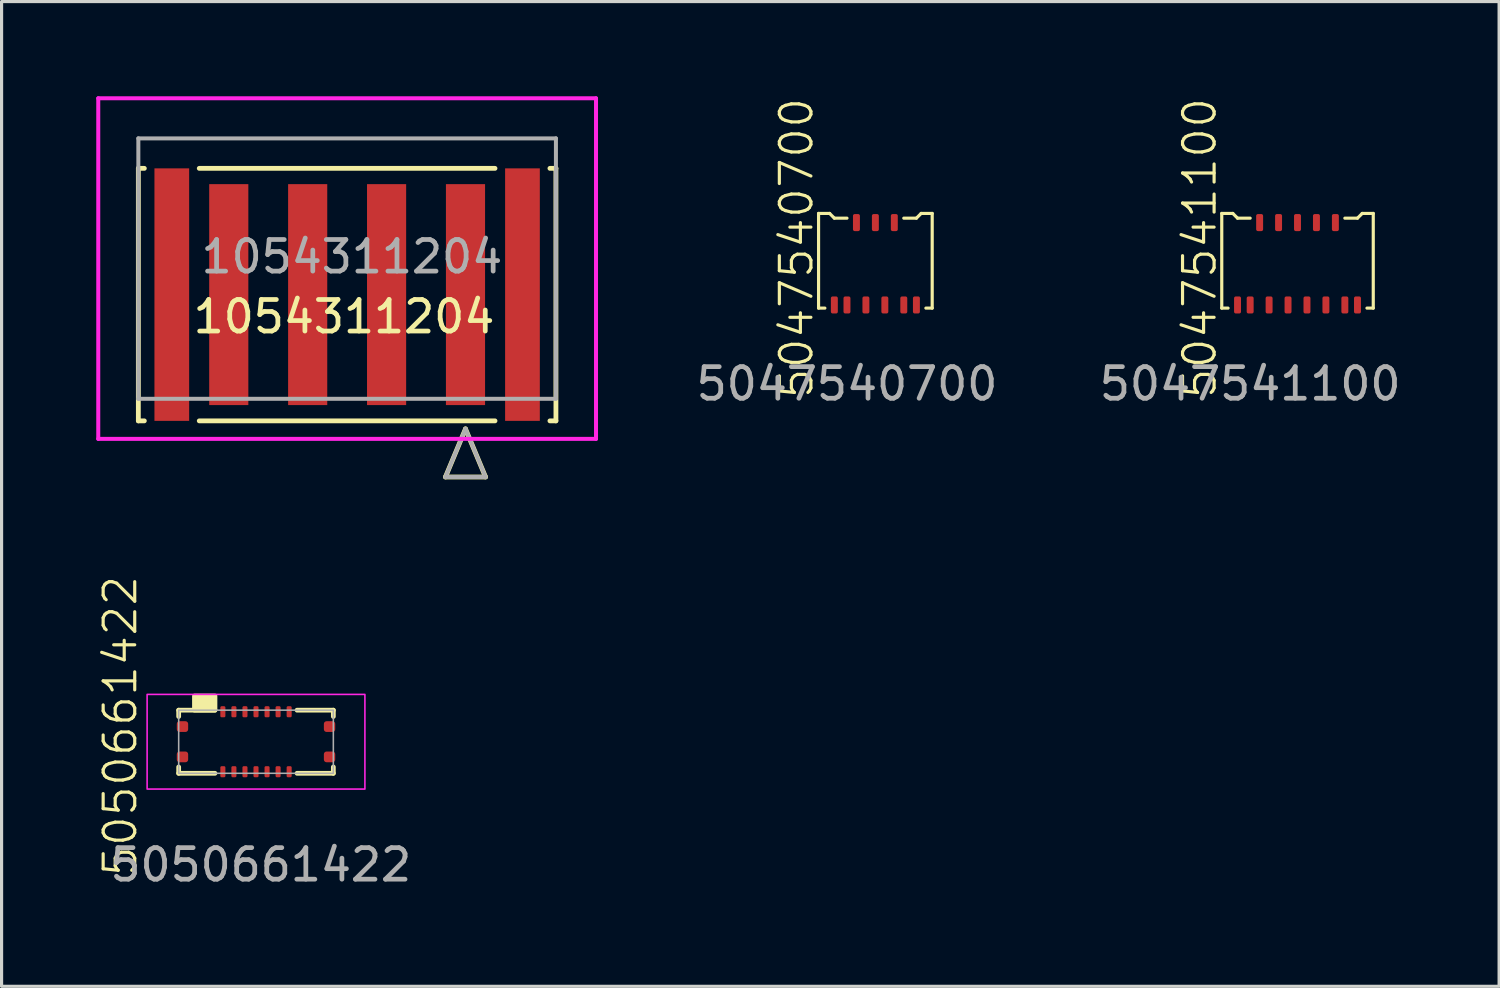
<source format=kicad_pcb>
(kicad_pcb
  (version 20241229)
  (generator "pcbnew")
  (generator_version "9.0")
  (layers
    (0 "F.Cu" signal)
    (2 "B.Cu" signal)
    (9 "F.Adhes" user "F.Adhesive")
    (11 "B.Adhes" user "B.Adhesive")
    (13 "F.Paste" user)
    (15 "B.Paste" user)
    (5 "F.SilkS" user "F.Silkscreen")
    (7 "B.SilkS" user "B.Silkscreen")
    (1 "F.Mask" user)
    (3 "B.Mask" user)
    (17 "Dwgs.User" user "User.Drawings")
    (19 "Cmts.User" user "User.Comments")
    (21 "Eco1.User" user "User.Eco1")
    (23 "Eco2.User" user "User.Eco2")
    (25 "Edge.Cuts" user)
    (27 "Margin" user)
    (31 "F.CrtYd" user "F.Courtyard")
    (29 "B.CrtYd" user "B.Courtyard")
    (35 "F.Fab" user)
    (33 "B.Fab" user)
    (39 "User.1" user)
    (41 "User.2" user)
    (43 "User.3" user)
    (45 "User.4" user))
  (footprint "5047540700"
    (layer "F.Cu")
    (at 23.784 6.612)
    (property "Reference" "5047540700" (at -1.6 -1.8 90) (unlocked yes) (layer "F.SilkS") (effects (font (size 1 1) (thickness 0.1))))
    (attr smd)
    (fp_line (start -0.9 -2.9) (end -0.55 -2.9) (stroke (width 0.1) (type default)) (layer "F.SilkS"))
    (fp_line (start -0.9 0.1) (end -0.9 -2.9) (stroke (width 0.1) (type default)) (layer "F.SilkS"))
    (fp_line (start -0.9 0.1) (end -0.7 0.1) (stroke (width 0.1) (type default)) (layer "F.SilkS"))
    (fp_line (start -0.55 -2.9) (end -0.4 -2.75) (stroke (width 0.1) (type default)) (layer "F.SilkS"))
    (fp_line (start -0.4 -2.75) (end 0 -2.75) (stroke (width 0.1) (type default)) (layer "F.SilkS"))
    (fp_line (start 2.2 -2.75) (end 1.8 -2.75) (stroke (width 0.1) (type default)) (layer "F.SilkS"))
    (fp_line (start 2.35 -2.9) (end 2.2 -2.75) (stroke (width 0.1) (type default)) (layer "F.SilkS"))
    (fp_line (start 2.7 -2.9) (end 2.35 -2.9) (stroke (width 0.1) (type default)) (layer "F.SilkS"))
    (fp_line (start 2.7 0.1) (end 2.5 0.1) (stroke (width 0.1) (type default)) (layer "F.SilkS"))
    (fp_line (start 2.7 0.1) (end 2.7 -2.9) (stroke (width 0.1) (type default)) (layer "F.SilkS"))
    (fp_text user "${REFERENCE}" (at 0 2.5 0) (unlocked yes) (layer "F.Fab") (effects (font (size 1 1) (thickness 0.15))))
    (pad "1" smd roundrect (at 0 0) (size 0.22 0.54) (layers "F.Cu" "F.Mask" "F.Paste") (roundrect_rratio 0.25))
    (pad "2" smd roundrect (at 0.3 -2.61) (size 0.22 0.54) (layers "F.Cu" "F.Mask" "F.Paste") (roundrect_rratio 0.25))
    (pad "3" smd roundrect (at 0.6 0) (size 0.22 0.54) (layers "F.Cu" "F.Mask" "F.Paste") (roundrect_rratio 0.25))
    (pad "4" smd roundrect (at 0.9 -2.61) (size 0.22 0.54) (layers "F.Cu" "F.Mask" "F.Paste") (roundrect_rratio 0.25))
    (pad "5" smd roundrect (at 1.2 0) (size 0.22 0.54) (layers "F.Cu" "F.Mask" "F.Paste") (roundrect_rratio 0.25))
    (pad "6" smd roundrect (at 1.5 -2.61) (size 0.22 0.54) (layers "F.Cu" "F.Mask" "F.Paste") (roundrect_rratio 0.25))
    (pad "7" smd roundrect (at 1.8 0) (size 0.22 0.54) (layers "F.Cu" "F.Mask" "F.Paste") (roundrect_rratio 0.25))
    (pad "M1" smd roundrect (at -0.4 0) (size 0.22 0.54) (layers "F.Cu" "F.Mask" "F.Paste") (roundrect_rratio 0.25))
    (pad "M2" smd roundrect (at 2.2 0) (size 0.22 0.54) (layers "F.Cu" "F.Mask" "F.Paste") (roundrect_rratio 0.25)))
  (footprint "1054311204"
    (layer "F.Cu")
    (at 11.698 6.284)
    (property "Reference" "1054311204" (at -3.85 0.7 0) (unlocked yes) (layer "F.SilkS") (effects (font (size 1 1) (thickness 0.15))))
    (attr smd)
    (fp_line (start -10.365 -4) (end -10.365 4) (stroke (width 0.152) (type solid)) (layer "F.SilkS"))
    (fp_line (start -10.365 4) (end -10.175 4) (stroke (width 0.152) (type solid)) (layer "F.SilkS"))
    (fp_line (start -10.175 -4) (end -10.365 -4) (stroke (width 0.152) (type solid)) (layer "F.SilkS"))
    (fp_line (start -8.435 4) (end 0.935 4) (stroke (width 0.152) (type solid)) (layer "F.SilkS"))
    (fp_line (start -0.635 5.778) (end 0 4.254) (stroke (width 0.152) (type solid)) (layer "F.SilkS"))
    (fp_line (start 0 4.254) (end 0.635 5.778) (stroke (width 0.152) (type solid)) (layer "F.SilkS"))
    (fp_line (start 0.635 5.778) (end -0.635 5.778) (stroke (width 0.152) (type solid)) (layer "F.SilkS"))
    (fp_line (start 0.935 -4) (end -8.435 -4) (stroke (width 0.152) (type solid)) (layer "F.SilkS"))
    (fp_line (start 2.675 4) (end 2.865 4) (stroke (width 0.152) (type solid)) (layer "F.SilkS"))
    (fp_line (start 2.865 -4) (end 2.675 -4) (stroke (width 0.152) (type solid)) (layer "F.SilkS"))
    (fp_line (start 2.865 4) (end 2.865 -4) (stroke (width 0.152) (type solid)) (layer "F.SilkS"))
    (fp_line (start -11.635 -6.22) (end -11.635 4.57) (stroke (width 0.127) (type solid)) (layer "F.CrtYd"))
    (fp_line (start -11.635 4.57) (end 4.135 4.57) (stroke (width 0.127) (type solid)) (layer "F.CrtYd"))
    (fp_line (start 4.135 -6.22) (end -11.635 -6.22) (stroke (width 0.127) (type solid)) (layer "F.CrtYd"))
    (fp_line (start 4.135 4.57) (end 4.135 -6.22) (stroke (width 0.127) (type solid)) (layer "F.CrtYd"))
    (fp_line (start -10.365 -4.95) (end -10.365 3.3) (stroke (width 0.127) (type solid)) (layer "F.Fab"))
    (fp_line (start -10.365 3.3) (end 2.865 3.3) (stroke (width 0.127) (type solid)) (layer "F.Fab"))
    (fp_line (start -0.635 5.778) (end 0 4.254) (stroke (width 0.127) (type solid)) (layer "F.Fab"))
    (fp_line (start 0 4.254) (end 0.635 5.778) (stroke (width 0.127) (type solid)) (layer "F.Fab"))
    (fp_line (start 0.635 5.778) (end -0.635 5.778) (stroke (width 0.127) (type solid)) (layer "F.Fab"))
    (fp_line (start 2.865 -4.95) (end -10.365 -4.95) (stroke (width 0.127) (type solid)) (layer "F.Fab"))
    (fp_line (start 2.865 3.3) (end 2.865 -4.95) (stroke (width 0.127) (type solid)) (layer "F.Fab"))
    (fp_text user "${REFERENCE}" (at -3.6 -1.2 0) (unlocked yes) (layer "F.Fab") (effects (font (size 1 1) (thickness 0.15))))
    (pad "1" smd rect (at 0 0) (size 1.24 7) (layers "F.Cu" "F.Mask" "F.Paste"))
    (pad "2" smd rect (at -2.5 0) (size 1.24 7) (layers "F.Cu" "F.Mask" "F.Paste"))
    (pad "3" smd rect (at -5 0) (size 1.24 7) (layers "F.Cu" "F.Mask" "F.Paste"))
    (pad "4" smd rect (at -7.5 0) (size 1.24 7) (layers "F.Cu" "F.Mask" "F.Paste"))
    (pad "MP1" smd rect (at 1.805 0) (size 1.1 8) (layers "F.Cu" "F.Mask" "F.Paste"))
    (pad "MP2" smd rect (at -9.305 0) (size 1.1 8) (layers "F.Cu" "F.Mask" "F.Paste")))
  (footprint "5047541100"
    (layer "F.Cu")
    (at 36.558 6.612)
    (property "Reference" "5047541100" (at -1.6 -1.8 90) (unlocked yes) (layer "F.SilkS") (effects (font (size 1 1) (thickness 0.1))))
    (attr smd)
    (fp_line (start -0.9 -2.9) (end -0.55 -2.9) (stroke (width 0.1) (type default)) (layer "F.SilkS"))
    (fp_line (start -0.9 0.1) (end -0.9 -2.9) (stroke (width 0.1) (type default)) (layer "F.SilkS"))
    (fp_line (start -0.9 0.1) (end -0.7 0.1) (stroke (width 0.1) (type default)) (layer "F.SilkS"))
    (fp_line (start -0.55 -2.9) (end -0.4 -2.75) (stroke (width 0.1) (type default)) (layer "F.SilkS"))
    (fp_line (start -0.4 -2.75) (end 0 -2.75) (stroke (width 0.1) (type default)) (layer "F.SilkS"))
    (fp_line (start 3.4 -2.75) (end 3 -2.75) (stroke (width 0.1) (type default)) (layer "F.SilkS"))
    (fp_line (start 3.55 -2.9) (end 3.4 -2.75) (stroke (width 0.1) (type default)) (layer "F.SilkS"))
    (fp_line (start 3.9 -2.9) (end 3.55 -2.9) (stroke (width 0.1) (type default)) (layer "F.SilkS"))
    (fp_line (start 3.9 0.1) (end 3.7 0.1) (stroke (width 0.1) (type default)) (layer "F.SilkS"))
    (fp_line (start 3.9 0.1) (end 3.9 -2.9) (stroke (width 0.1) (type default)) (layer "F.SilkS"))
    (fp_text user "${REFERENCE}" (at 0 2.5 0) (unlocked yes) (layer "F.Fab") (effects (font (size 1 1) (thickness 0.15))))
    (pad "1" smd roundrect (at 0 0) (size 0.22 0.54) (layers "F.Cu" "F.Mask" "F.Paste") (roundrect_rratio 0.25))
    (pad "2" smd roundrect (at 0.3 -2.61) (size 0.22 0.54) (layers "F.Cu" "F.Mask" "F.Paste") (roundrect_rratio 0.25))
    (pad "3" smd roundrect (at 0.6 0) (size 0.22 0.54) (layers "F.Cu" "F.Mask" "F.Paste") (roundrect_rratio 0.25))
    (pad "4" smd roundrect (at 0.9 -2.61) (size 0.22 0.54) (layers "F.Cu" "F.Mask" "F.Paste") (roundrect_rratio 0.25))
    (pad "5" smd roundrect (at 1.2 0) (size 0.22 0.54) (layers "F.Cu" "F.Mask" "F.Paste") (roundrect_rratio 0.25))
    (pad "6" smd roundrect (at 1.5 -2.61) (size 0.22 0.54) (layers "F.Cu" "F.Mask" "F.Paste") (roundrect_rratio 0.25))
    (pad "7" smd roundrect (at 1.8 0) (size 0.22 0.54) (layers "F.Cu" "F.Mask" "F.Paste") (roundrect_rratio 0.25))
    (pad "8" smd roundrect (at 2.1 -2.61) (size 0.22 0.54) (layers "F.Cu" "F.Mask" "F.Paste") (roundrect_rratio 0.25))
    (pad "9" smd roundrect (at 2.4 0) (size 0.22 0.54) (layers "F.Cu" "F.Mask" "F.Paste") (roundrect_rratio 0.25))
    (pad "10" smd roundrect (at 2.7 -2.61) (size 0.22 0.54) (layers "F.Cu" "F.Mask" "F.Paste") (roundrect_rratio 0.25))
    (pad "11" smd roundrect (at 3 0) (size 0.22 0.54) (layers "F.Cu" "F.Mask" "F.Paste") (roundrect_rratio 0.25))
    (pad "M1" smd roundrect (at -0.4 0) (size 0.22 0.54) (layers "F.Cu" "F.Mask" "F.Paste") (roundrect_rratio 0.25))
    (pad "M2" smd roundrect (at 3.4 0) (size 0.22 0.54) (layers "F.Cu" "F.Mask" "F.Paste") (roundrect_rratio 0.25)))
  (footprint "5050661422"
    (layer "F.Cu")
    (at 5.061 20.45)
    (property "Reference" "5050661422" (at -4.3 -0.5 90) (unlocked yes) (layer "F.SilkS") (effects (font (size 1 1) (thickness 0.1))))
    (attr smd)
    (fp_line (start -2.45 -1) (end -2.45 -0.8) (stroke (width 0.15) (type default)) (layer "F.SilkS"))
    (fp_line (start -2.45 1) (end -2.45 0.8) (stroke (width 0.15) (type default)) (layer "F.SilkS"))
    (fp_line (start -1.3 -1) (end -2.45 -1) (stroke (width 0.15) (type default)) (layer "F.SilkS"))
    (fp_line (start -1.3 1) (end -2.45 1) (stroke (width 0.15) (type default)) (layer "F.SilkS"))
    (fp_line (start 1.3 -1) (end 2.45 -1) (stroke (width 0.15) (type default)) (layer "F.SilkS"))
    (fp_line (start 1.3 1) (end 2.45 1) (stroke (width 0.15) (type default)) (layer "F.SilkS"))
    (fp_line (start 2.45 -1) (end 2.45 -0.8) (stroke (width 0.15) (type default)) (layer "F.SilkS"))
    (fp_line (start 2.45 1) (end 2.45 0.8) (stroke (width 0.15) (type default)) (layer "F.SilkS"))
    (fp_rect (start -1.95 -1.45) (end -1.3 -1) (stroke (width 0.15) (type solid)) (fill yes) (layer "F.SilkS"))
    (fp_rect (start -3.45 -1.5) (end 3.45 1.5) (stroke (width 0.05) (type default)) (fill no) (layer "F.CrtYd"))
    (fp_rect (start -2.45 -1) (end 2.45 1) (stroke (width 0.05) (type default)) (fill no) (layer "F.Fab"))
    (fp_text user "${REFERENCE}" (at 0.15 3.9 0) (unlocked yes) (layer "F.Fab") (effects (font (size 1 1) (thickness 0.15))))
    (pad "1" smd roundrect (at -1.05 -0.95) (size 0.16 0.35) (layers "F.Cu" "F.Mask" "F.Paste") (roundrect_rratio 0.25))
    (pad "2" smd roundrect (at -0.7 -0.95) (size 0.16 0.35) (layers "F.Cu" "F.Mask" "F.Paste") (roundrect_rratio 0.25))
    (pad "3" smd roundrect (at -0.35 -0.95) (size 0.16 0.35) (layers "F.Cu" "F.Mask" "F.Paste") (roundrect_rratio 0.25))
    (pad "4" smd roundrect (at 0 -0.95) (size 0.16 0.35) (layers "F.Cu" "F.Mask" "F.Paste") (roundrect_rratio 0.25))
    (pad "5" smd roundrect (at 0.35 -0.95) (size 0.16 0.35) (layers "F.Cu" "F.Mask" "F.Paste") (roundrect_rratio 0.25))
    (pad "6" smd roundrect (at 0.7 -0.95) (size 0.16 0.35) (layers "F.Cu" "F.Mask" "F.Paste") (roundrect_rratio 0.25))
    (pad "7" smd roundrect (at 1.05 -0.95) (size 0.16 0.35) (layers "F.Cu" "F.Mask" "F.Paste") (roundrect_rratio 0.25))
    (pad "8" smd roundrect (at 1.05 0.95) (size 0.16 0.35) (layers "F.Cu" "F.Mask" "F.Paste") (roundrect_rratio 0.25))
    (pad "9" smd roundrect (at 0.7 0.95) (size 0.16 0.35) (layers "F.Cu" "F.Mask" "F.Paste") (roundrect_rratio 0.25))
    (pad "10" smd roundrect (at 0.35 0.95) (size 0.16 0.35) (layers "F.Cu" "F.Mask" "F.Paste") (roundrect_rratio 0.25))
    (pad "11" smd roundrect (at 0 0.95) (size 0.16 0.35) (layers "F.Cu" "F.Mask" "F.Paste") (roundrect_rratio 0.25))
    (pad "12" smd roundrect (at -0.35 0.95) (size 0.16 0.35) (layers "F.Cu" "F.Mask" "F.Paste") (roundrect_rratio 0.25))
    (pad "13" smd roundrect (at -0.7 0.95) (size 0.16 0.35) (layers "F.Cu" "F.Mask" "F.Paste") (roundrect_rratio 0.25))
    (pad "14" smd roundrect (at -1.05 0.95) (size 0.16 0.35) (layers "F.Cu" "F.Mask" "F.Paste") (roundrect_rratio 0.25))
    (pad "P1" smd roundrect (at -2.33 -0.48) (size 0.36 0.34) (layers "F.Cu" "F.Mask" "F.Paste") (roundrect_rratio 0.25))
    (pad "P1" smd roundrect (at -2.33 0.48) (size 0.36 0.34) (layers "F.Cu" "F.Mask" "F.Paste") (roundrect_rratio 0.25))
    (pad "P2" smd roundrect (at 2.33 -0.48) (size 0.36 0.34) (layers "F.Cu" "F.Mask" "F.Paste") (roundrect_rratio 0.25))
    (pad "P2" smd roundrect (at 2.33 0.48) (size 0.36 0.34) (layers "F.Cu" "F.Mask" "F.Paste") (roundrect_rratio 0.25)))
  (gr_rect
    (start -3 -3)
    (end 44.445 28.198)
    (stroke (width 0.1) (type default))
    (fill no)
    (layer "Edge.Cuts")))
</source>
